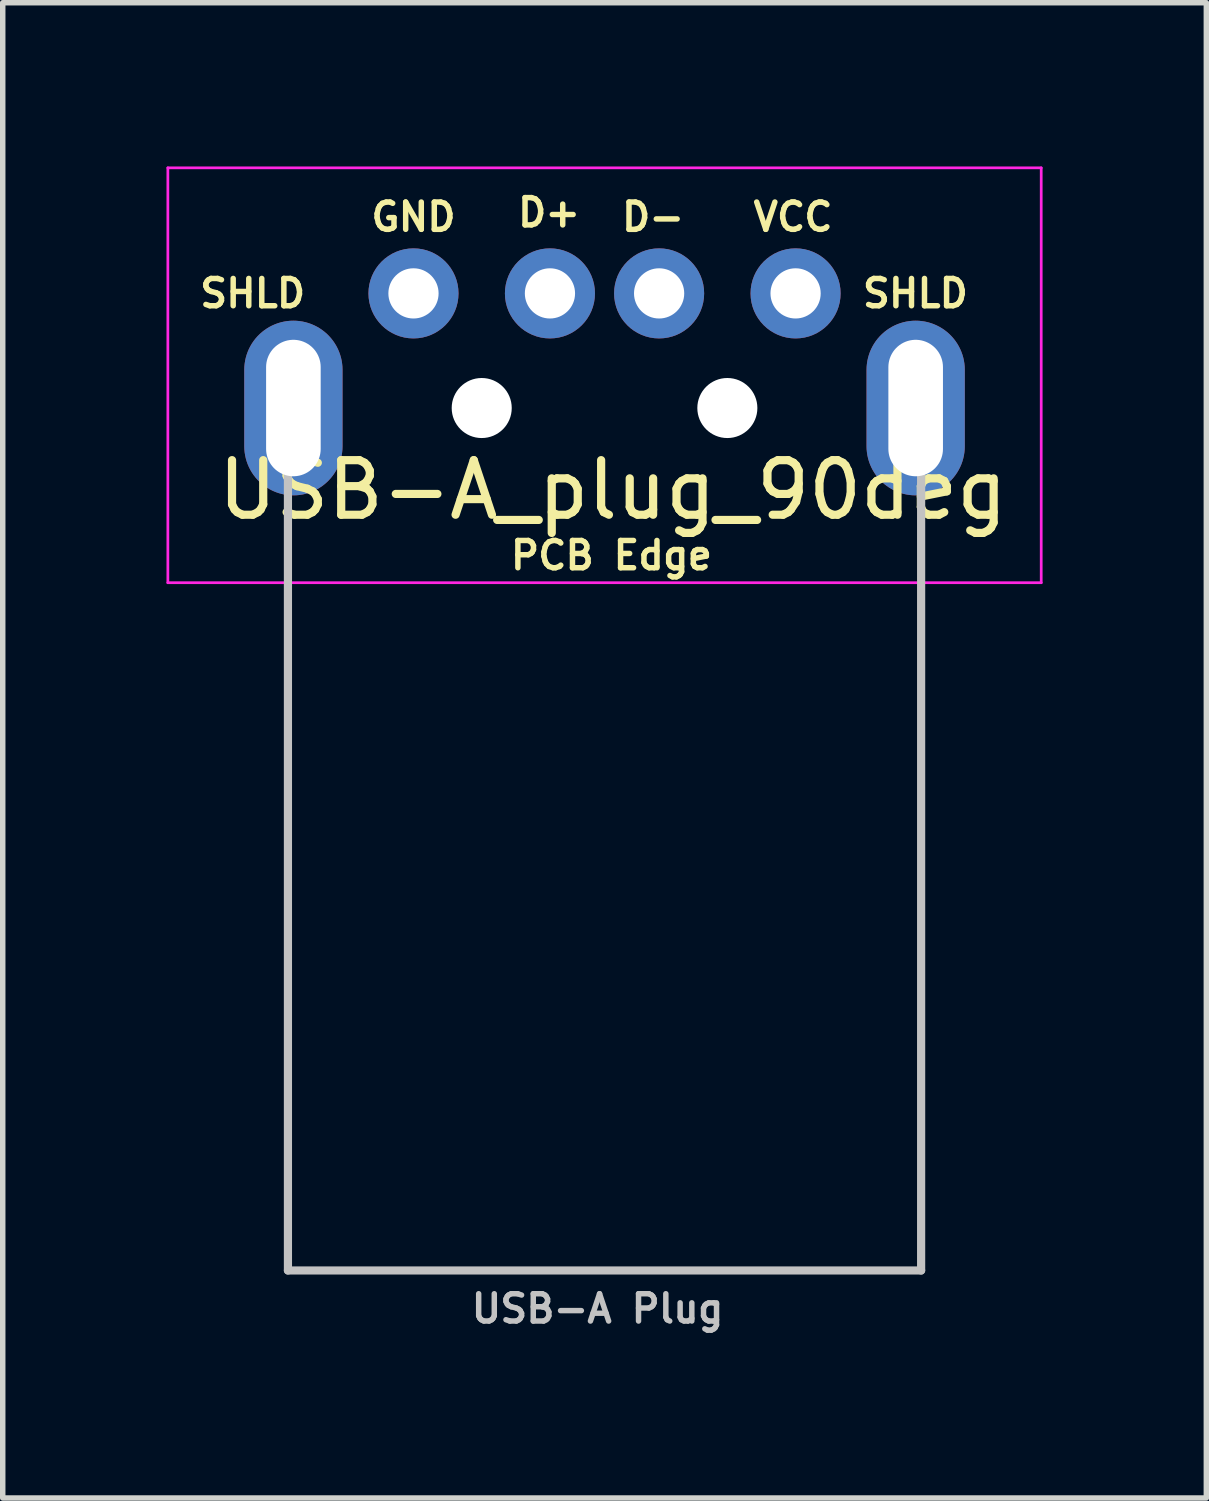
<source format=kicad_pcb>
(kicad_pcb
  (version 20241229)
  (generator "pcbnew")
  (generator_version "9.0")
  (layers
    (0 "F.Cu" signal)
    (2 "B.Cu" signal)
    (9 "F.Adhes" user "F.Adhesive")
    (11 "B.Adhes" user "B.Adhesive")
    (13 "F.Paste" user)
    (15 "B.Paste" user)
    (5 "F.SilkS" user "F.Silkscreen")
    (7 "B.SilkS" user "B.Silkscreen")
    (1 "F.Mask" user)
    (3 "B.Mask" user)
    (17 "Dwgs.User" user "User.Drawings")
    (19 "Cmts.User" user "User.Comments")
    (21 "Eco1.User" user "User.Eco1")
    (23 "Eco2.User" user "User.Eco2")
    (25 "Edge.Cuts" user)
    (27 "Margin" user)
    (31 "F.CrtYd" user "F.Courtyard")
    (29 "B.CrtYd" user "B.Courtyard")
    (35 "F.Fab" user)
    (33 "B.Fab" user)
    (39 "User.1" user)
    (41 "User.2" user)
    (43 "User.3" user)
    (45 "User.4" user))
  (footprint "USB-A_plug_90deg"
    (layer "F.Cu")
    (at 8.025 4.425)
    (property "Reference" "USB-A_plug_90deg" (at 0.152 1.5 0) (layer "F.SilkS") (effects (font (size 1 1) (thickness 0.15))))
    (attr through_hole)
    (fp_line (start -5.8 0) (end -5.8 15.8) (stroke (width 0.15) (type solid)) (layer "Dwgs.User"))
    (fp_line (start 5.8 0) (end 5.8 15.8) (stroke (width 0.15) (type solid)) (layer "Dwgs.User"))
    (fp_line (start 5.8 15.8) (end -5.8 15.8) (stroke (width 0.15) (type solid)) (layer "Dwgs.User"))
    (fp_line (start -8 -4.4) (end 8 -4.4) (stroke (width 0.05) (type solid)) (layer "F.CrtYd"))
    (fp_line (start -8 3.2) (end -8 -4.4) (stroke (width 0.05) (type solid)) (layer "F.CrtYd"))
    (fp_line (start 8 3.2) (end -8 3.2) (stroke (width 0.05) (type solid)) (layer "F.CrtYd"))
    (fp_line (start 8 3.2) (end 8 -4.4) (stroke (width 0.05) (type solid)) (layer "F.CrtYd"))
    (fp_text user "VCC" (at 3.454 -3.5 0) (layer "F.SilkS") (effects (font (size 0.5 0.5) (thickness 0.1))))
    (fp_text user "GND" (at -3.5 -3.5 0) (layer "F.SilkS") (effects (font (size 0.5 0.5) (thickness 0.1))))
    (fp_text user "SHLD" (at -6.446 -2.1 0) (layer "F.SilkS") (effects (font (size 0.5 0.5) (thickness 0.1))))
    (fp_text user "SHLD" (at 5.695 -2.1 0) (layer "F.SilkS") (effects (font (size 0.5 0.5) (thickness 0.1))))
    (fp_text user "D-" (at 0.889 -3.5 0) (layer "F.SilkS") (effects (font (size 0.5 0.5) (thickness 0.1))))
    (fp_text user "PCB Edge" (at 0.127 2.7 0) (layer "F.SilkS") (effects (font (size 0.5 0.5) (thickness 0.1))))
    (fp_text user "D+" (at -1.016 -3.581 0) (layer "F.SilkS") (effects (font (size 0.5 0.5) (thickness 0.1))))
    (fp_text user "USB-A Plug" (at -0.127 16.5 0) (layer "Dwgs.User") (effects (font (size 0.5 0.5) (thickness 0.1))))
    (pad "" np_thru_hole circle (at -2.25 0) (size 1.1 1.1) (drill 1.1) (layers "*.Cu" "*.Mask"))
    (pad "" np_thru_hole circle (at 2.25 0) (size 1.1 1.1) (drill 1.1) (layers "*.Cu" "*.Mask"))
    (pad "1" thru_hole circle (at 3.5 -2.1) (size 1.65 1.65) (drill 0.92) (layers "*.Cu" "*.Mask"))
    (pad "2" thru_hole circle (at 1 -2.1) (size 1.65 1.65) (drill 0.92) (layers "*.Cu" "*.Mask"))
    (pad "3" thru_hole circle (at -1 -2.1) (size 1.65 1.65) (drill 0.92) (layers "*.Cu" "*.Mask"))
    (pad "4" thru_hole circle (at -3.5 -2.1) (size 1.65 1.65) (drill 0.92) (layers "*.Cu" "*.Mask"))
    (pad "5" thru_hole oval (at -5.7 0) (size 1.8 3.2) (drill oval 1 2.5) (layers "*.Cu" "*.Mask"))
    (pad "5" thru_hole oval (at 5.7 0) (size 1.8 3.2) (drill oval 1 2.5) (layers "*.Cu" "*.Mask")))
  (gr_rect
    (start -3 -3)
    (end 19.05 24.393)
    (stroke (width 0.1) (type default))
    (fill no)
    (layer "Edge.Cuts")))
</source>
